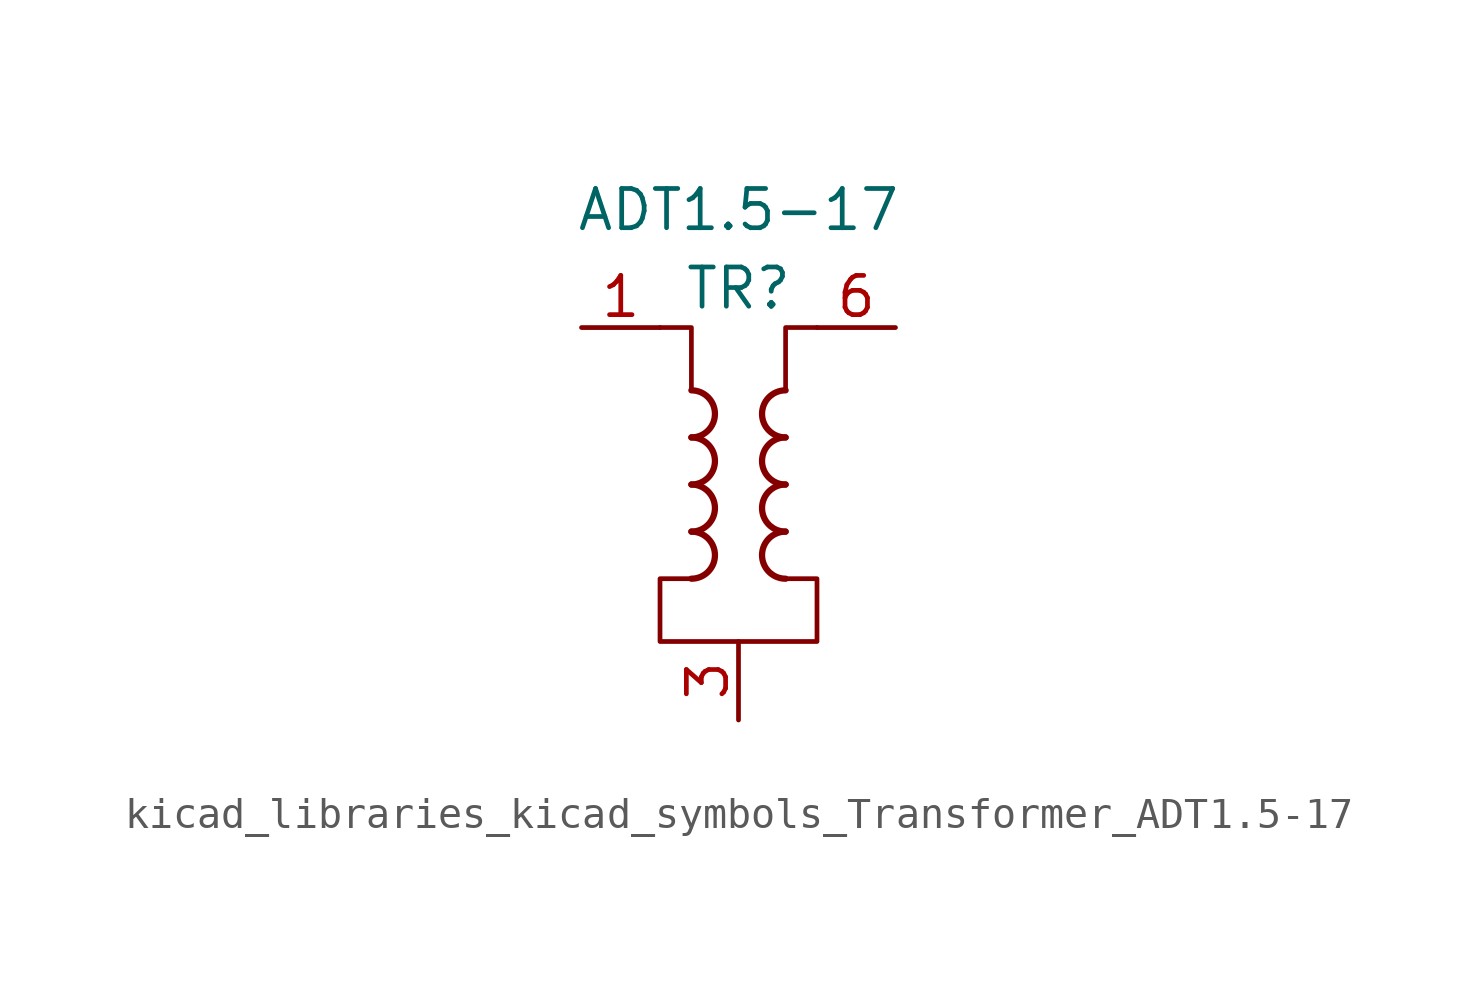
<source format=kicad_sym>
(kicad_symbol_lib
  (version 20220914)
  (generator kicad_symbol_editor)
  (symbol "kicad_libraries_kicad_symbols_Transformer_ADT1.5-17"
    (pin_names hide)
    (property "Reference" "TR"
      (at 0 6.35 0)
      (effects (font (size 1.27 1.27))))
    (property "Value" "ADT1.5-17"
      (at 0 8.89 0)
      (effects (font (size 1.27 1.27))))
    (symbol "kicad_libraries_kicad_symbols_Transformer_ADT1.5-17_0_1"
      (arc (start -1.524 -3.048) (mid -0.7653 -2.286) (end -1.524 -1.524) (stroke (width 0.2032) (type default)) (fill (type none)))
      (arc (start -1.524 -1.524) (mid -0.7653 -0.762) (end -1.524 0) (stroke (width 0.2032) (type default)) (fill (type none)))
      (arc (start -1.524 0) (mid -0.7653 0.762) (end -1.524 1.524) (stroke (width 0.2032) (type default)) (fill (type none)))
      (arc (start -1.524 1.524) (mid -0.7653 2.286) (end -1.524 3.048) (stroke (width 0.2032) (type default)) (fill (type none)))
      (polyline (pts (xy -2.54 5.08) (xy -1.524 5.08) (xy -1.524 3.048)) (stroke (width 0.152) (type default)) (fill (type none)))
      (polyline (pts (xy 1.524 3.048) (xy 1.524 5.08) (xy 2.54 5.08)) (stroke (width 0.152) (type default)) (fill (type none)))
      (polyline (pts (xy -1.524 -3.048) (xy -2.54 -3.048) (xy -2.54 -5.08) (xy 2.54 -5.08) (xy 2.54 -3.048) (xy 1.524 -3.048)) (stroke (width 0) (type default)) (fill (type none)))
      (arc (start 1.524 -1.524) (mid 0.7653 -2.286) (end 1.524 -3.048) (stroke (width 0.2032) (type default)) (fill (type none)))
      (arc (start 1.524 0) (mid 0.7653 -0.762) (end 1.524 -1.524) (stroke (width 0.2032) (type default)) (fill (type none)))
      (arc (start 1.524 1.524) (mid 0.7653 0.762) (end 1.524 0) (stroke (width 0.2032) (type default)) (fill (type none)))
      (arc (start 1.524 3.048) (mid 0.7653 2.286) (end 1.524 1.524) (stroke (width 0.2032) (type default)) (fill (type none))))
    (symbol "kicad_libraries_kicad_symbols_Transformer_ADT1.5-17_1_1"
      (pin passive line (at -5.08 5.08 0) (length 2.54) (name "~" (effects (font (size 1.27 1.27)))) (number "1" (effects (font (size 1.27 1.27)))))
      (pin passive line (at 0 -7.62 90) (length 2.54) (name "~" (effects (font (size 1.27 1.27)))) (number "3" (effects (font (size 1.27 1.27)))))
      (pin passive line (at 5.08 5.08 180) (length 2.54) (name "~" (effects (font (size 1.27 1.27)))) (number "6" (effects (font (size 1.27 1.27))))))))
</source>
